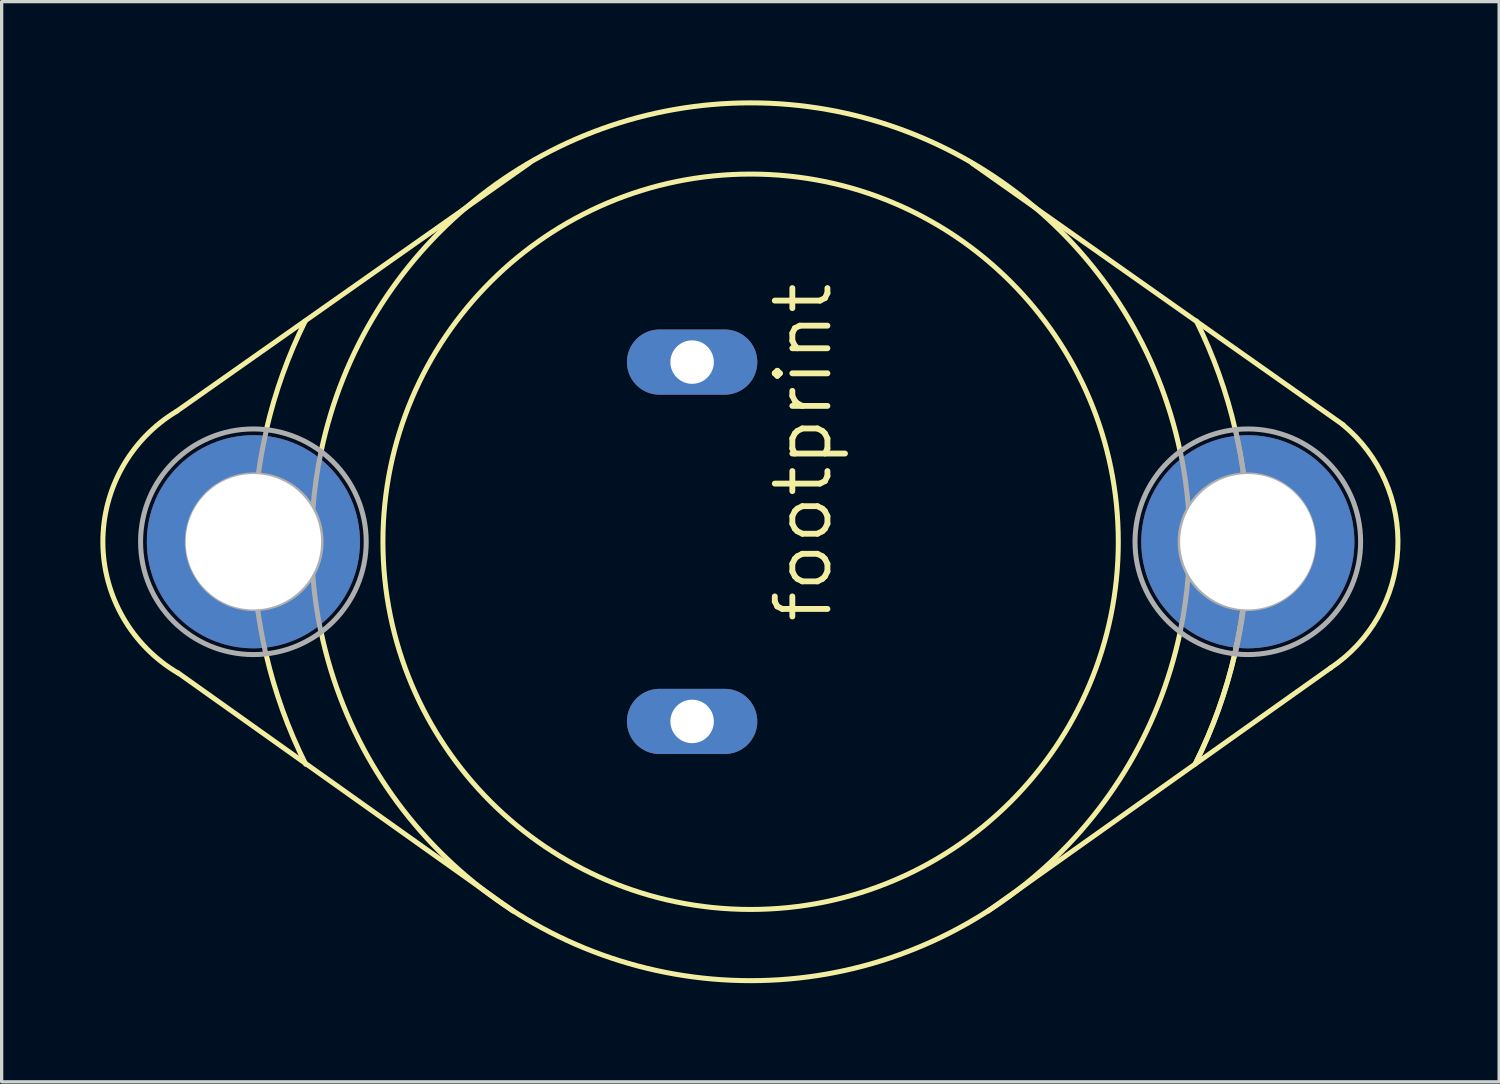
<source format=kicad_pcb>
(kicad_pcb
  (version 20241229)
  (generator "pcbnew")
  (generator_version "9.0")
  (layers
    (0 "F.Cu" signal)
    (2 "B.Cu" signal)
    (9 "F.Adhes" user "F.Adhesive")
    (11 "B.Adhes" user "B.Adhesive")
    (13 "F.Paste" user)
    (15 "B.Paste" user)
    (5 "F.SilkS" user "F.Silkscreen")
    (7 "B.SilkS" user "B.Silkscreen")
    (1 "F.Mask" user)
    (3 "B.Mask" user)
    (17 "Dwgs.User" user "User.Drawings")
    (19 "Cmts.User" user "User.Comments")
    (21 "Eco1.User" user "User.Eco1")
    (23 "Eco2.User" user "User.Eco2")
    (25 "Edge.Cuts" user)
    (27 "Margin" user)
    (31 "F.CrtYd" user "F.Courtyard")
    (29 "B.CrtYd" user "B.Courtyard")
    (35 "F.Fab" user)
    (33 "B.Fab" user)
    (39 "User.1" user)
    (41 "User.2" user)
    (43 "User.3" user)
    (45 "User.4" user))
  (footprint "footprint"
    (layer "F.Cu")
    (at 19.765 13.417)
    (property "Reference" "footprint" (at 2.54 2.54 90) (layer "F.SilkS") (effects (font (size 1.6 1.6) (thickness 0.178)) (justify left bottom)))
    (fp_line (start -17.45 -3.962) (end -6.731 -11.506) (stroke (width 0.152) (type solid)) (layer "F.SilkS"))
    (fp_line (start -17.399 3.988) (end -7.214 11.227) (stroke (width 0.152) (type solid)) (layer "F.SilkS"))
    (fp_line (start 17.628 3.835) (end 7.214 11.227) (stroke (width 0.152) (type solid)) (layer "F.SilkS"))
    (fp_line (start 18.009 -3.556) (end 6.731 -11.506) (stroke (width 0.152) (type solid)) (layer "F.SilkS"))
    (fp_arc (start -17.4011 3.9914) (mid -19.688287 0.028355) (end -17.4498 -3.9624) (stroke (width 0.1524) (type solid)) (layer "F.SilkS"))
    (fp_arc (start -14.7201 -3.4009) (mid -14.225441 -5.087688) (end -13.5382 -6.7056) (stroke (width 0.1524) (type solid)) (layer "F.SilkS"))
    (fp_arc (start -13.5238 6.7619) (mid -14.227337 5.118524) (end -14.732 3.4036) (stroke (width 0.1524) (type solid)) (layer "F.SilkS"))
    (fp_arc (start -13.0556 -2.7432) (mid 0 -13.340684) (end 13.0556 -2.7432) (stroke (width 0.1524) (type solid)) (layer "F.SilkS"))
    (fp_arc (start 13.0556 2.7432) (mid 0 13.340684) (end -13.0556 2.7432) (stroke (width 0.1524) (type solid)) (layer "F.SilkS"))
    (fp_arc (start 13.5491 -6.711) (mid 14.236919 -5.091767) (end 14.732 -3.4036) (stroke (width 0.1524) (type solid)) (layer "F.SilkS"))
    (fp_arc (start 14.72 3.4008) (mid 14.215757 5.114345) (end 13.5128 6.7564) (stroke (width 0.1524) (type solid)) (layer "F.SilkS"))
    (fp_arc (start 14.7201 3.4009) (mid 14.225441 5.087688) (end 13.5382 6.7056) (stroke (width 0.1524) (type solid)) (layer "F.SilkS"))
    (fp_arc (start 18.006199 -3.553099) (mid 19.670437 0.236129) (end 17.6276 3.8354) (stroke (width 0.1524) (type solid)) (layer "F.SilkS"))
    (fp_circle (center 0 0) (end 11.176 0) (stroke (width 0.152) (type solid)) (fill no) (layer "F.SilkS"))
    (fp_arc (start -14.9661 -2.0293) (mid -14.863228 -2.680907) (end -14.732 -3.3274) (stroke (width 0.1524) (type solid)) (layer "F.Fab"))
    (fp_arc (start -14.735 3.4043) (mid -14.876332 2.721046) (end -14.986 2.032) (stroke (width 0.1524) (type solid)) (layer "F.Fab"))
    (fp_arc (start -13.3039 -0.9902) (mid -13.208863 -1.870824) (end -13.0556 -2.7432) (stroke (width 0.1524) (type solid)) (layer "F.Fab"))
    (fp_arc (start -13.0612 2.7444) (mid -13.214527 1.871625) (end -13.3096 0.9906) (stroke (width 0.1524) (type solid)) (layer "F.Fab"))
    (fp_arc (start 13.0612 -2.7444) (mid 13.214527 -1.871625) (end 13.3096 -0.9906) (stroke (width 0.1524) (type solid)) (layer "F.Fab"))
    (fp_arc (start 13.3039 0.9902) (mid 13.208863 1.870824) (end 13.0556 2.7432) (stroke (width 0.1524) (type solid)) (layer "F.Fab"))
    (fp_arc (start 14.735 -3.4043) (mid 14.876332 -2.721046) (end 14.986 -2.032) (stroke (width 0.1524) (type solid)) (layer "F.Fab"))
    (fp_arc (start 14.7515 -3.3318) (mid 14.882946 -2.684461) (end 14.986 -2.032) (stroke (width 0.1524) (type solid)) (layer "F.Fab"))
    (fp_arc (start 14.9661 2.0293) (mid 14.863228 2.680907) (end 14.732 3.3274) (stroke (width 0.1524) (type solid)) (layer "F.Fab"))
    (fp_arc (start 14.9661 2.0293) (mid 14.863228 2.680907) (end 14.732 3.3274) (stroke (width 0.1524) (type solid)) (layer "F.Fab"))
    (fp_arc (start 14.9661 2.0293) (mid 14.863228 2.680907) (end 14.732 3.3274) (stroke (width 0.1524) (type solid)) (layer "F.Fab"))
    (fp_arc (start 14.983 2.0316) (mid 14.873329 2.720496) (end 14.732 3.4036) (stroke (width 0.1524) (type solid)) (layer "F.Fab"))
    (fp_circle (center -15.113 0) (end -11.684 0) (stroke (width 0.152) (type solid)) (fill no) (layer "F.Fab"))
    (fp_circle (center -15.088 0) (end -13.056 0) (stroke (width 0.152) (type solid)) (fill no) (layer "F.Fab"))
    (fp_circle (center 15.088 0) (end 17.12 0) (stroke (width 0.152) (type solid)) (fill no) (layer "F.Fab"))
    (fp_circle (center 15.113 0) (end 18.542 0) (stroke (width 0.152) (type solid)) (fill no) (layer "F.Fab"))
    (pad "A1" thru_hole oval (at -1.778 -5.461) (size 3.962 1.981) (drill 1.321) (layers "*.Cu" "*.Mask"))
    (pad "A2" thru_hole oval (at -1.778 5.461) (size 3.962 1.981) (drill 1.321) (layers "*.Cu" "*.Mask"))
    (pad "C" thru_hole circle (at 15.113 0) (size 6.477 6.477) (drill 4.115) (layers "*.Cu" "*.Mask"))
    (pad "C@1" thru_hole circle (at -15.113 0) (size 6.477 6.477) (drill 4.115) (layers "*.Cu" "*.Mask")))
  (gr_rect
    (start -3 -3)
    (end 42.517 29.834)
    (stroke (width 0.1) (type default))
    (fill no)
    (layer "Edge.Cuts")))
</source>
